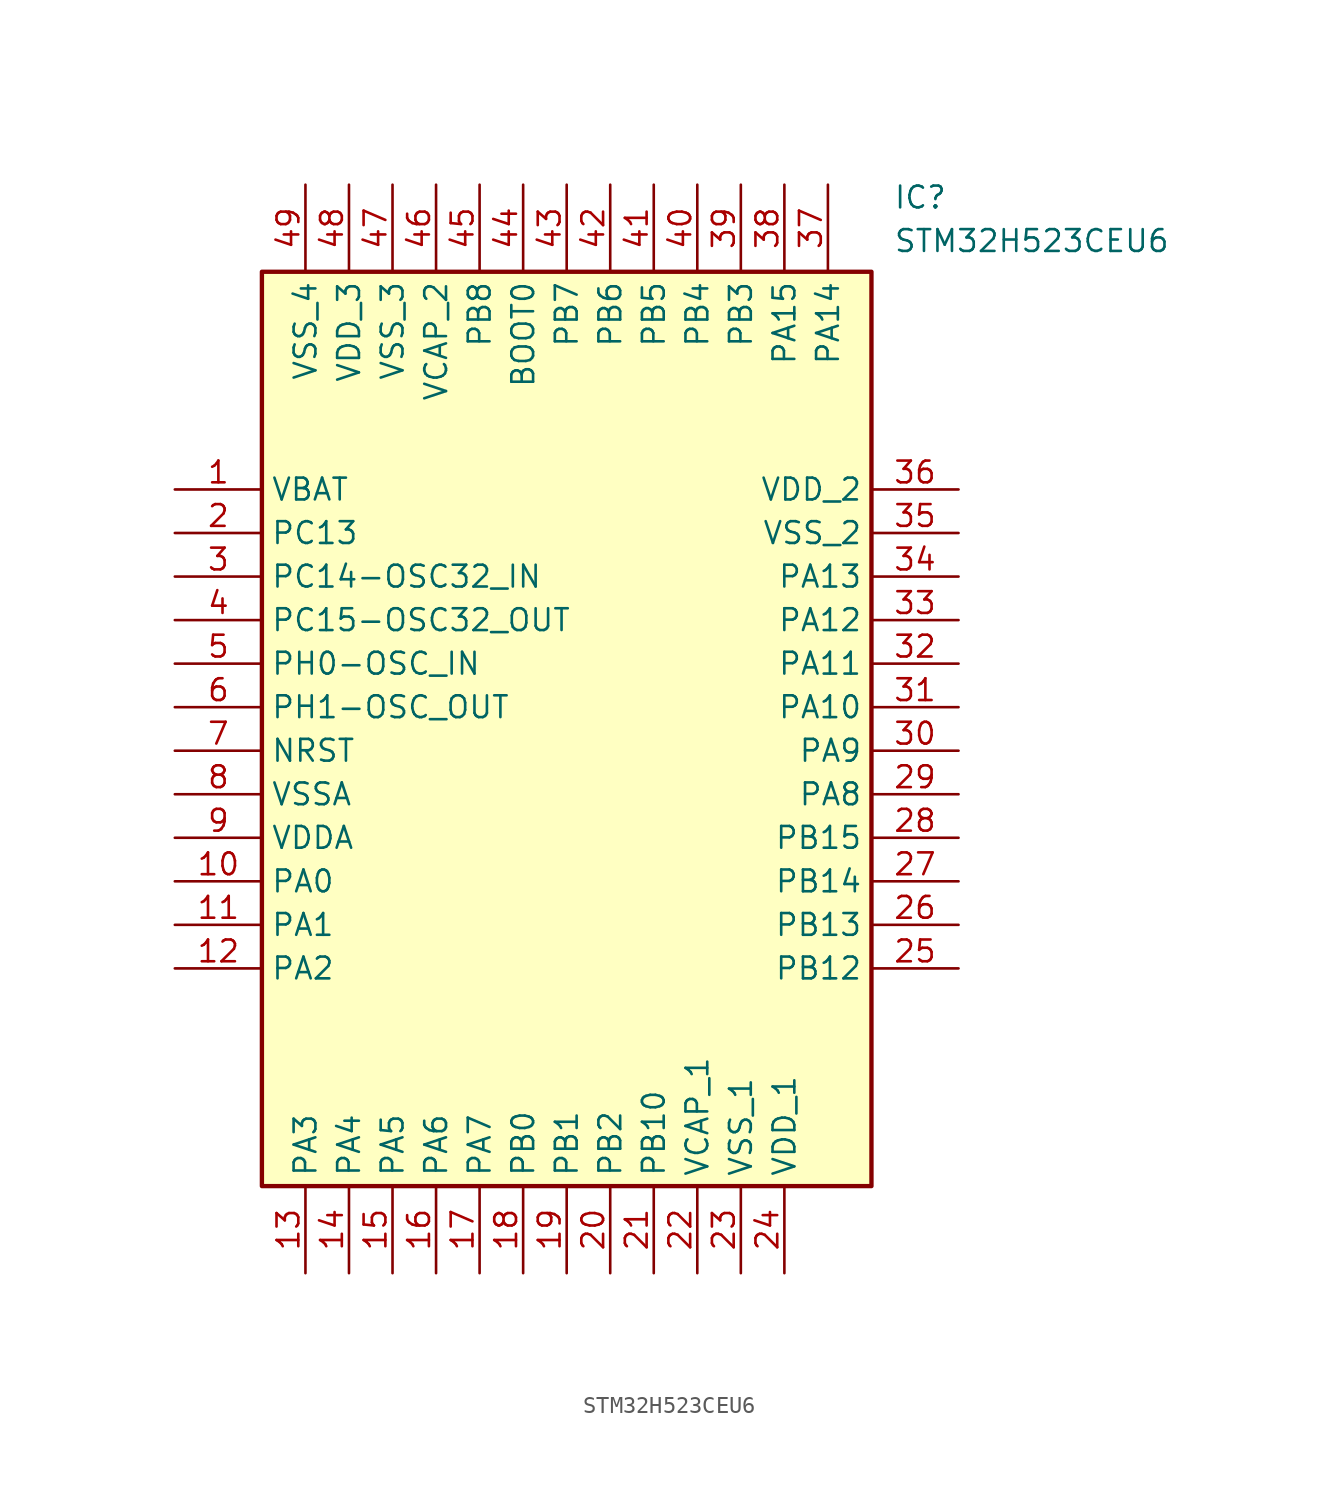
<source format=kicad_sym>
(kicad_symbol_lib
  (version 20220914)
  (generator kicad_symbol_editor)
  (symbol "STM32H523CEU6"
    (property "Reference" "IC"
      (at 41.91 17.78 0)
      (effects (font (size 1.27 1.27)) (justify left top)))
    (property "Value" "STM32H523CEU6"
      (at 41.91 15.24 0)
      (effects (font (size 1.27 1.27)) (justify left top)))
    (symbol "STM32H523CEU6_1_1"
      (rectangle (start 5.08 12.7) (end 40.64 -40.64) (stroke (width 0.254) (type default)) (fill (type background)))
      (pin passive line (at 0 0 0) (length 5.08) (name "VBAT" (effects (font (size 1.27 1.27)))) (number "1" (effects (font (size 1.27 1.27)))))
      (pin passive line (at 0 -22.86 0) (length 5.08) (name "PA0" (effects (font (size 1.27 1.27)))) (number "10" (effects (font (size 1.27 1.27)))))
      (pin passive line (at 0 -25.4 0) (length 5.08) (name "PA1" (effects (font (size 1.27 1.27)))) (number "11" (effects (font (size 1.27 1.27)))))
      (pin passive line (at 0 -27.94 0) (length 5.08) (name "PA2" (effects (font (size 1.27 1.27)))) (number "12" (effects (font (size 1.27 1.27)))))
      (pin passive line (at 7.62 -45.72 90) (length 5.08) (name "PA3" (effects (font (size 1.27 1.27)))) (number "13" (effects (font (size 1.27 1.27)))))
      (pin passive line (at 10.16 -45.72 90) (length 5.08) (name "PA4" (effects (font (size 1.27 1.27)))) (number "14" (effects (font (size 1.27 1.27)))))
      (pin passive line (at 12.7 -45.72 90) (length 5.08) (name "PA5" (effects (font (size 1.27 1.27)))) (number "15" (effects (font (size 1.27 1.27)))))
      (pin passive line (at 15.24 -45.72 90) (length 5.08) (name "PA6" (effects (font (size 1.27 1.27)))) (number "16" (effects (font (size 1.27 1.27)))))
      (pin passive line (at 17.78 -45.72 90) (length 5.08) (name "PA7" (effects (font (size 1.27 1.27)))) (number "17" (effects (font (size 1.27 1.27)))))
      (pin passive line (at 20.32 -45.72 90) (length 5.08) (name "PB0" (effects (font (size 1.27 1.27)))) (number "18" (effects (font (size 1.27 1.27)))))
      (pin passive line (at 22.86 -45.72 90) (length 5.08) (name "PB1" (effects (font (size 1.27 1.27)))) (number "19" (effects (font (size 1.27 1.27)))))
      (pin passive line (at 0 -2.54 0) (length 5.08) (name "PC13" (effects (font (size 1.27 1.27)))) (number "2" (effects (font (size 1.27 1.27)))))
      (pin passive line (at 25.4 -45.72 90) (length 5.08) (name "PB2" (effects (font (size 1.27 1.27)))) (number "20" (effects (font (size 1.27 1.27)))))
      (pin passive line (at 27.94 -45.72 90) (length 5.08) (name "PB10" (effects (font (size 1.27 1.27)))) (number "21" (effects (font (size 1.27 1.27)))))
      (pin passive line (at 30.48 -45.72 90) (length 5.08) (name "VCAP_1" (effects (font (size 1.27 1.27)))) (number "22" (effects (font (size 1.27 1.27)))))
      (pin passive line (at 33.02 -45.72 90) (length 5.08) (name "VSS_1" (effects (font (size 1.27 1.27)))) (number "23" (effects (font (size 1.27 1.27)))))
      (pin passive line (at 35.56 -45.72 90) (length 5.08) (name "VDD_1" (effects (font (size 1.27 1.27)))) (number "24" (effects (font (size 1.27 1.27)))))
      (pin passive line (at 45.72 -27.94 180) (length 5.08) (name "PB12" (effects (font (size 1.27 1.27)))) (number "25" (effects (font (size 1.27 1.27)))))
      (pin passive line (at 45.72 -25.4 180) (length 5.08) (name "PB13" (effects (font (size 1.27 1.27)))) (number "26" (effects (font (size 1.27 1.27)))))
      (pin passive line (at 45.72 -22.86 180) (length 5.08) (name "PB14" (effects (font (size 1.27 1.27)))) (number "27" (effects (font (size 1.27 1.27)))))
      (pin passive line (at 45.72 -20.32 180) (length 5.08) (name "PB15" (effects (font (size 1.27 1.27)))) (number "28" (effects (font (size 1.27 1.27)))))
      (pin passive line (at 45.72 -17.78 180) (length 5.08) (name "PA8" (effects (font (size 1.27 1.27)))) (number "29" (effects (font (size 1.27 1.27)))))
      (pin passive line (at 0 -5.08 0) (length 5.08) (name "PC14-OSC32_IN" (effects (font (size 1.27 1.27)))) (number "3" (effects (font (size 1.27 1.27)))))
      (pin passive line (at 45.72 -15.24 180) (length 5.08) (name "PA9" (effects (font (size 1.27 1.27)))) (number "30" (effects (font (size 1.27 1.27)))))
      (pin passive line (at 45.72 -12.7 180) (length 5.08) (name "PA10" (effects (font (size 1.27 1.27)))) (number "31" (effects (font (size 1.27 1.27)))))
      (pin passive line (at 45.72 -10.16 180) (length 5.08) (name "PA11" (effects (font (size 1.27 1.27)))) (number "32" (effects (font (size 1.27 1.27)))))
      (pin passive line (at 45.72 -7.62 180) (length 5.08) (name "PA12" (effects (font (size 1.27 1.27)))) (number "33" (effects (font (size 1.27 1.27)))))
      (pin passive line (at 45.72 -5.08 180) (length 5.08) (name "PA13" (effects (font (size 1.27 1.27)))) (number "34" (effects (font (size 1.27 1.27)))))
      (pin passive line (at 45.72 -2.54 180) (length 5.08) (name "VSS_2" (effects (font (size 1.27 1.27)))) (number "35" (effects (font (size 1.27 1.27)))))
      (pin passive line (at 45.72 0 180) (length 5.08) (name "VDD_2" (effects (font (size 1.27 1.27)))) (number "36" (effects (font (size 1.27 1.27)))))
      (pin passive line (at 38.1 17.78 270) (length 5.08) (name "PA14" (effects (font (size 1.27 1.27)))) (number "37" (effects (font (size 1.27 1.27)))))
      (pin passive line (at 35.56 17.78 270) (length 5.08) (name "PA15" (effects (font (size 1.27 1.27)))) (number "38" (effects (font (size 1.27 1.27)))))
      (pin passive line (at 33.02 17.78 270) (length 5.08) (name "PB3" (effects (font (size 1.27 1.27)))) (number "39" (effects (font (size 1.27 1.27)))))
      (pin passive line (at 0 -7.62 0) (length 5.08) (name "PC15-OSC32_OUT" (effects (font (size 1.27 1.27)))) (number "4" (effects (font (size 1.27 1.27)))))
      (pin passive line (at 30.48 17.78 270) (length 5.08) (name "PB4" (effects (font (size 1.27 1.27)))) (number "40" (effects (font (size 1.27 1.27)))))
      (pin passive line (at 27.94 17.78 270) (length 5.08) (name "PB5" (effects (font (size 1.27 1.27)))) (number "41" (effects (font (size 1.27 1.27)))))
      (pin passive line (at 25.4 17.78 270) (length 5.08) (name "PB6" (effects (font (size 1.27 1.27)))) (number "42" (effects (font (size 1.27 1.27)))))
      (pin passive line (at 22.86 17.78 270) (length 5.08) (name "PB7" (effects (font (size 1.27 1.27)))) (number "43" (effects (font (size 1.27 1.27)))))
      (pin passive line (at 20.32 17.78 270) (length 5.08) (name "BOOT0" (effects (font (size 1.27 1.27)))) (number "44" (effects (font (size 1.27 1.27)))))
      (pin passive line (at 17.78 17.78 270) (length 5.08) (name "PB8" (effects (font (size 1.27 1.27)))) (number "45" (effects (font (size 1.27 1.27)))))
      (pin passive line (at 15.24 17.78 270) (length 5.08) (name "VCAP_2" (effects (font (size 1.27 1.27)))) (number "46" (effects (font (size 1.27 1.27)))))
      (pin passive line (at 12.7 17.78 270) (length 5.08) (name "VSS_3" (effects (font (size 1.27 1.27)))) (number "47" (effects (font (size 1.27 1.27)))))
      (pin passive line (at 10.16 17.78 270) (length 5.08) (name "VDD_3" (effects (font (size 1.27 1.27)))) (number "48" (effects (font (size 1.27 1.27)))))
      (pin passive line (at 7.62 17.78 270) (length 5.08) (name "VSS_4" (effects (font (size 1.27 1.27)))) (number "49" (effects (font (size 1.27 1.27)))))
      (pin passive line (at 0 -10.16 0) (length 5.08) (name "PH0-OSC_IN" (effects (font (size 1.27 1.27)))) (number "5" (effects (font (size 1.27 1.27)))))
      (pin passive line (at 0 -12.7 0) (length 5.08) (name "PH1-OSC_OUT" (effects (font (size 1.27 1.27)))) (number "6" (effects (font (size 1.27 1.27)))))
      (pin passive line (at 0 -15.24 0) (length 5.08) (name "NRST" (effects (font (size 1.27 1.27)))) (number "7" (effects (font (size 1.27 1.27)))))
      (pin passive line (at 0 -17.78 0) (length 5.08) (name "VSSA" (effects (font (size 1.27 1.27)))) (number "8" (effects (font (size 1.27 1.27)))))
      (pin passive line (at 0 -20.32 0) (length 5.08) (name "VDDA" (effects (font (size 1.27 1.27)))) (number "9" (effects (font (size 1.27 1.27))))))))
</source>
